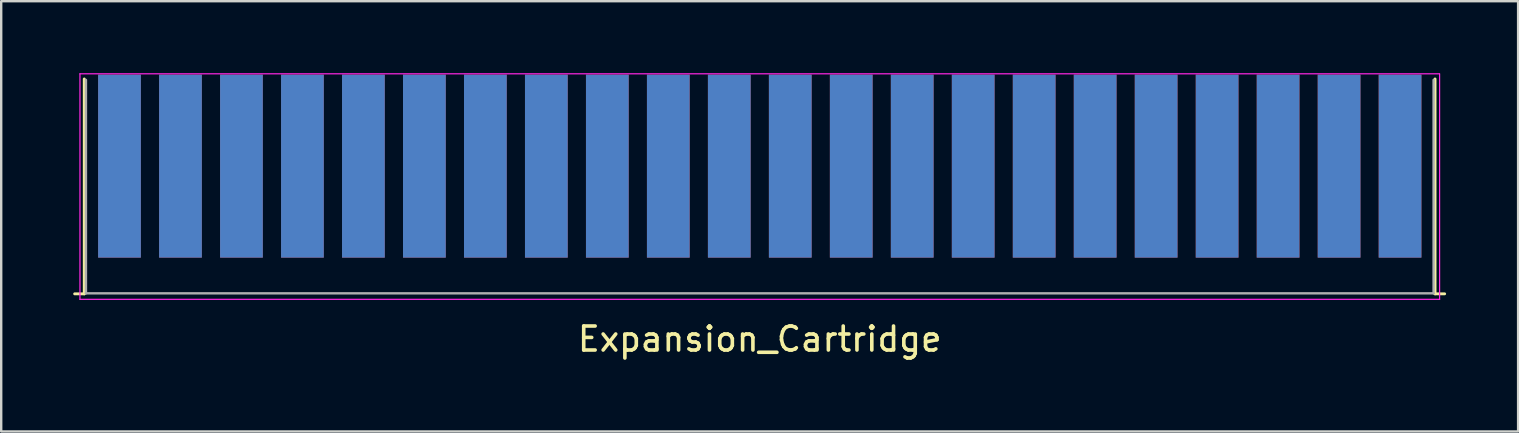
<source format=kicad_pcb>
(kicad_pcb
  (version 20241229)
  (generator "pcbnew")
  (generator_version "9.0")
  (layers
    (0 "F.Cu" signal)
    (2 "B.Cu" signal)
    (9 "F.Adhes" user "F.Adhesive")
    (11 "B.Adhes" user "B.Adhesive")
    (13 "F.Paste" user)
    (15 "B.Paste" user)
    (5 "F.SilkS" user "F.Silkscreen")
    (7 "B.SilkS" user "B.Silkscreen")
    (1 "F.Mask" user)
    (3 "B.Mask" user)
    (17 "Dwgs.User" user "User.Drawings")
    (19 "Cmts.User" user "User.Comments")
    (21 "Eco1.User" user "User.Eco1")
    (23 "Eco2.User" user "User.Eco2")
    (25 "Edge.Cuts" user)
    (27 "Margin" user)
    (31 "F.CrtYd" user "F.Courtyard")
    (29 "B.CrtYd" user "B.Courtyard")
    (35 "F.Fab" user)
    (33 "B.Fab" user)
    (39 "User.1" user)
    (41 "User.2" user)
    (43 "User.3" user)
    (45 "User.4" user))
  (footprint "Expansion_Cartridge"
    (layer "F.Cu")
    (at 55.267 3.962)
    (property "Reference" "Expansion_Cartridge" (at -26.67 7.112 180) (layer "F.SilkS") (effects (font (size 1 1) (thickness 0.15))))
    (attr exclude_from_pos_files exclude_from_bom)
    (fp_line (start -54.807 -3.723) (end -54.807 5.227) (stroke (width 0.12) (type solid)) (layer "F.SilkS"))
    (fp_line (start -54.807 5.227) (end -55.207 5.227) (stroke (width 0.12) (type solid)) (layer "F.SilkS"))
    (fp_line (start 1.457 -3.723) (end 1.457 5.227) (stroke (width 0.12) (type solid)) (layer "F.SilkS"))
    (fp_line (start 1.457 5.227) (end 1.857 5.227) (stroke (width 0.12) (type solid)) (layer "F.SilkS"))
    (fp_line (start -54.991 -3.937) (end 1.643 -3.937) (stroke (width 0.05) (type solid)) (layer "F.CrtYd"))
    (fp_line (start -54.987 5.457) (end -54.987 -3.933) (stroke (width 0.05) (type solid)) (layer "F.CrtYd"))
    (fp_line (start -54.987 5.457) (end 1.647 5.457) (stroke (width 0.05) (type solid)) (layer "F.CrtYd"))
    (fp_line (start 1.647 -3.933) (end 1.647 5.457) (stroke (width 0.05) (type solid)) (layer "F.CrtYd"))
    (fp_line (start -54.737 -3.683) (end -54.737 5.207) (stroke (width 0.1) (type solid)) (layer "F.Fab"))
    (fp_line (start -54.737 5.207) (end 1.397 5.207) (stroke (width 0.1) (type solid)) (layer "F.Fab"))
    (fp_line (start 1.397 5.207) (end 1.397 -3.683) (stroke (width 0.1) (type solid)) (layer "F.Fab"))
    (pad "1" connect rect (at 0 -0.091 180) (size 1.78 7.62) (layers "F.Cu" "F.Mask"))
    (pad "2" connect rect (at -2.54 -0.091 180) (size 1.78 7.62) (layers "F.Cu" "F.Mask"))
    (pad "3" connect rect (at -5.08 -0.091 180) (size 1.78 7.62) (layers "F.Cu" "F.Mask"))
    (pad "4" connect rect (at -7.62 -0.091 180) (size 1.78 7.62) (layers "F.Cu" "F.Mask"))
    (pad "5" connect rect (at -10.16 -0.091 180) (size 1.78 7.62) (layers "F.Cu" "F.Mask"))
    (pad "6" connect rect (at -12.7 -0.091 180) (size 1.78 7.62) (layers "F.Cu" "F.Mask"))
    (pad "7" connect rect (at -15.24 -0.091 180) (size 1.78 7.62) (layers "F.Cu" "F.Mask"))
    (pad "8" connect rect (at -17.78 -0.091 180) (size 1.78 7.62) (layers "F.Cu" "F.Mask"))
    (pad "9" connect rect (at -20.32 -0.091 180) (size 1.78 7.62) (layers "F.Cu" "F.Mask"))
    (pad "10" connect rect (at -22.86 -0.091 180) (size 1.78 7.62) (layers "F.Cu" "F.Mask"))
    (pad "11" connect rect (at -25.4 -0.091 180) (size 1.78 7.62) (layers "F.Cu" "F.Mask"))
    (pad "12" connect rect (at -27.94 -0.091 180) (size 1.78 7.62) (layers "F.Cu" "F.Mask"))
    (pad "13" connect rect (at -30.48 -0.091 180) (size 1.78 7.62) (layers "F.Cu" "F.Mask"))
    (pad "14" connect rect (at -33.02 -0.091 180) (size 1.78 7.62) (layers "F.Cu" "F.Mask"))
    (pad "15" connect rect (at -35.56 -0.091 180) (size 1.78 7.62) (layers "F.Cu" "F.Mask"))
    (pad "16" connect rect (at -38.1 -0.091 180) (size 1.78 7.62) (layers "F.Cu" "F.Mask"))
    (pad "17" connect rect (at -40.64 -0.091 180) (size 1.78 7.62) (layers "F.Cu" "F.Mask"))
    (pad "18" connect rect (at -43.18 -0.091 180) (size 1.78 7.62) (layers "F.Cu" "F.Mask"))
    (pad "19" connect rect (at -45.72 -0.091 180) (size 1.78 7.62) (layers "F.Cu" "F.Mask"))
    (pad "20" connect rect (at -48.26 -0.091 180) (size 1.78 7.62) (layers "F.Cu" "F.Mask"))
    (pad "21" connect rect (at -50.8 -0.091 180) (size 1.78 7.62) (layers "F.Cu" "F.Mask"))
    (pad "22" connect rect (at -53.34 -0.091 180) (size 1.78 7.62) (layers "F.Cu" "F.Mask"))
    (pad "A" connect rect (at 0 -0.091 180) (size 1.78 7.62) (layers "B.Cu" "B.Mask"))
    (pad "B" connect rect (at -2.54 -0.091 180) (size 1.78 7.62) (layers "B.Cu" "B.Mask"))
    (pad "C" connect rect (at -5.08 -0.091 180) (size 1.78 7.62) (layers "B.Cu" "B.Mask"))
    (pad "D" connect rect (at -7.62 -0.091 180) (size 1.78 7.62) (layers "B.Cu" "B.Mask"))
    (pad "E" connect rect (at -10.16 -0.091 180) (size 1.78 7.62) (layers "B.Cu" "B.Mask"))
    (pad "F" connect rect (at -12.7 -0.091 180) (size 1.78 7.62) (layers "B.Cu" "B.Mask"))
    (pad "H" connect rect (at -15.24 -0.091 180) (size 1.78 7.62) (layers "B.Cu" "B.Mask"))
    (pad "J" connect rect (at -17.78 -0.091 180) (size 1.78 7.62) (layers "B.Cu" "B.Mask"))
    (pad "K" connect rect (at -20.32 -0.091 180) (size 1.78 7.62) (layers "B.Cu" "B.Mask"))
    (pad "L" connect rect (at -22.86 -0.091 180) (size 1.78 7.62) (layers "B.Cu" "B.Mask"))
    (pad "M" connect rect (at -25.4 -0.091 180) (size 1.78 7.62) (layers "B.Cu" "B.Mask"))
    (pad "N" connect rect (at -27.94 -0.091 180) (size 1.78 7.62) (layers "B.Cu" "B.Mask"))
    (pad "P" connect rect (at -30.48 -0.091 180) (size 1.78 7.62) (layers "B.Cu" "B.Mask"))
    (pad "R" connect rect (at -33.02 -0.091 180) (size 1.78 7.62) (layers "B.Cu" "B.Mask"))
    (pad "S" connect rect (at -35.56 -0.091 180) (size 1.78 7.62) (layers "B.Cu" "B.Mask"))
    (pad "T" connect rect (at -38.1 -0.091 180) (size 1.78 7.62) (layers "B.Cu" "B.Mask"))
    (pad "U" connect rect (at -40.64 -0.091 180) (size 1.78 7.62) (layers "B.Cu" "B.Mask"))
    (pad "V" connect rect (at -43.18 -0.091 180) (size 1.78 7.62) (layers "B.Cu" "B.Mask"))
    (pad "W" connect rect (at -45.72 -0.091 180) (size 1.78 7.62) (layers "B.Cu" "B.Mask"))
    (pad "X" connect rect (at -48.26 -0.091 180) (size 1.78 7.62) (layers "B.Cu" "B.Mask"))
    (pad "Y" connect rect (at -50.8 -0.091 180) (size 1.78 7.62) (layers "B.Cu" "B.Mask"))
    (pad "Z" connect rect (at -53.34 -0.091 180) (size 1.78 7.62) (layers "B.Cu" "B.Mask")))
  (gr_rect
    (start -3 -3)
    (end 60.184 14.922)
    (stroke (width 0.1) (type default))
    (fill no)
    (layer "Edge.Cuts")))
</source>
